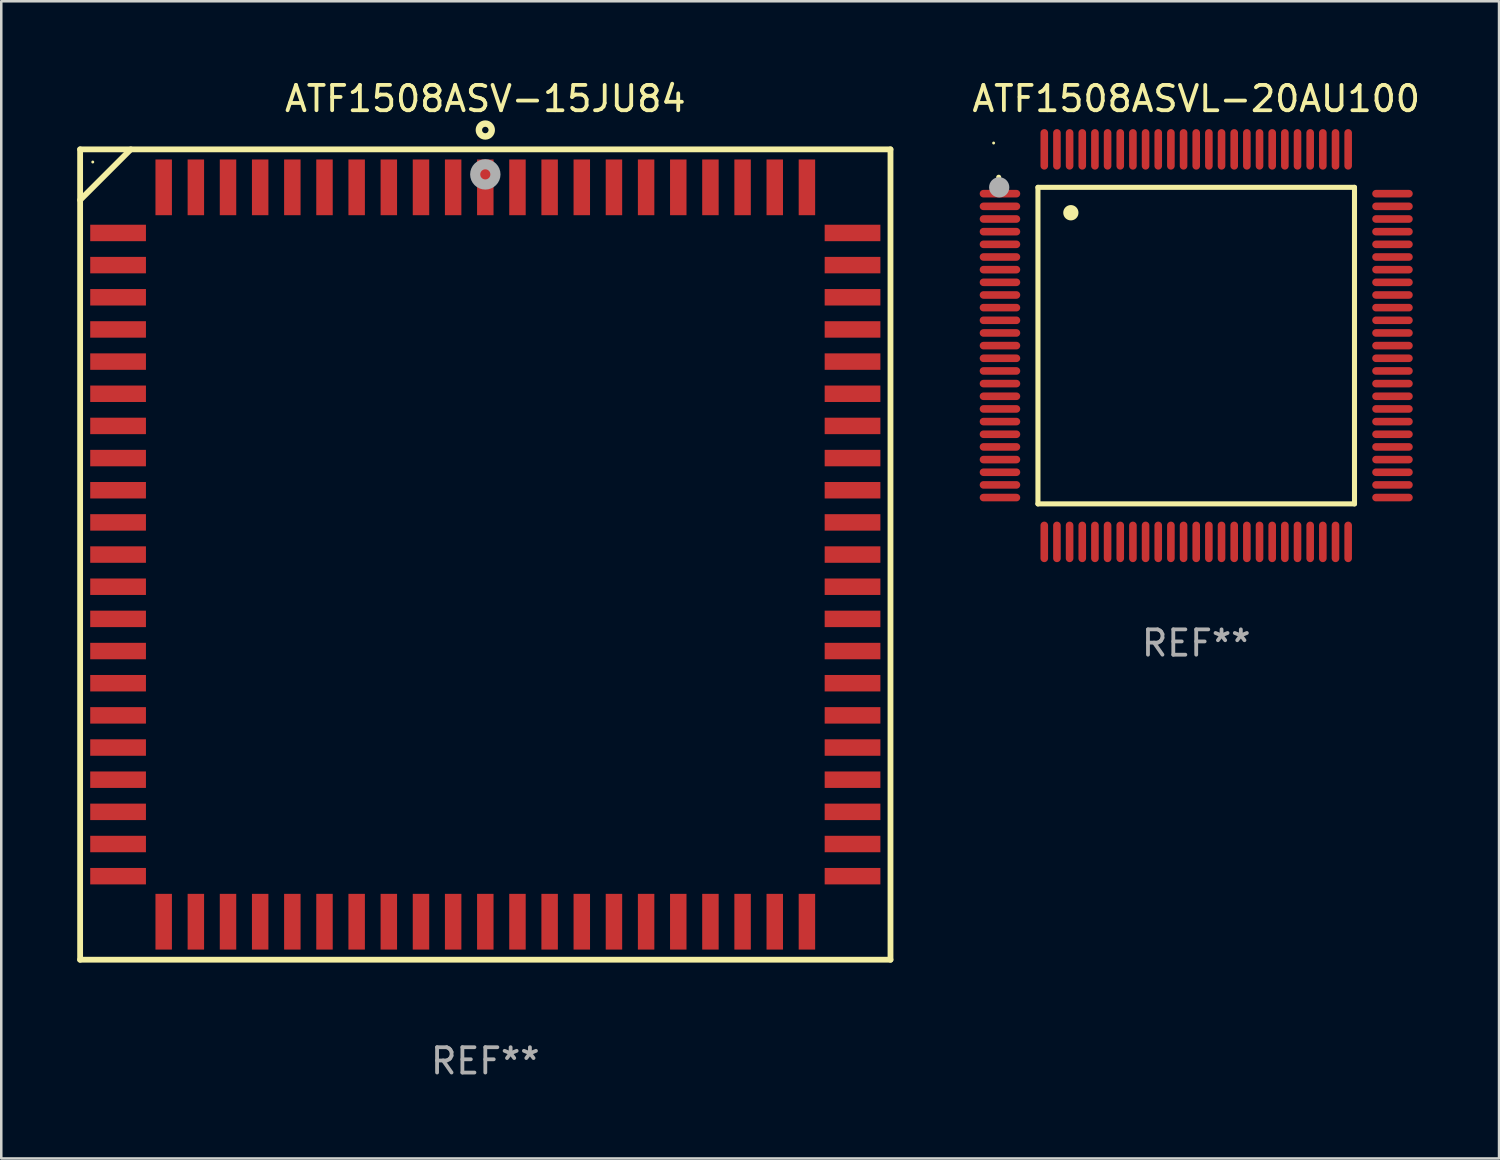
<source format=kicad_pcb>
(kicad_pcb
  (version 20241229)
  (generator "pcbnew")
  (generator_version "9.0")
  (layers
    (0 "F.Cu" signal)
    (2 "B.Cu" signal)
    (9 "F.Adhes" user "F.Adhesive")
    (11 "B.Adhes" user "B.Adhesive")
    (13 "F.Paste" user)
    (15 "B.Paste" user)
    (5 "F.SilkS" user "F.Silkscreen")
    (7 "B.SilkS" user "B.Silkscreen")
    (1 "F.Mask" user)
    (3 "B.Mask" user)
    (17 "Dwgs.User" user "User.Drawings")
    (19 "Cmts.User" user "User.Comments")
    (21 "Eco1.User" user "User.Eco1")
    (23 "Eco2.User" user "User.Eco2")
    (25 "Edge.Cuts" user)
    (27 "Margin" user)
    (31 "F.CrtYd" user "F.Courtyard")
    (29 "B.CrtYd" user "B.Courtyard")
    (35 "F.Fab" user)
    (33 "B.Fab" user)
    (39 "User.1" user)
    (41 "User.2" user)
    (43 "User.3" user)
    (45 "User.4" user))
  (footprint "ATF1508ASV-15JU84"
    (layer "F.Cu")
    (at 16.114 18.848)
    (property "Reference" "ATF1508ASV-15JU84" (at 0 -18 0) (layer "F.SilkS") (effects (font (size 1 1) (thickness 0.15))))
    (attr through_hole)
    (fp_line (start -16 -16) (end -16 16) (stroke (width 0.229) (type solid)) (layer "F.SilkS"))
    (fp_line (start -16 16) (end 16 16) (stroke (width 0.229) (type solid)) (layer "F.SilkS"))
    (fp_line (start -14 -16) (end -16 -14) (stroke (width 0.229) (type solid)) (layer "F.SilkS"))
    (fp_line (start 16 -16) (end -16 -16) (stroke (width 0.229) (type solid)) (layer "F.SilkS"))
    (fp_line (start 16 16) (end 16 -16) (stroke (width 0.229) (type solid)) (layer "F.SilkS"))
    (fp_circle (center -15.501 -15.5) (end -15.471 -15.5) (stroke (width 0.06) (type solid)) (fill no) (layer "F.SilkS"))
    (fp_circle (center 0 -16.764) (end 0.254 -16.764) (stroke (width 0.254) (type solid)) (fill no) (layer "F.SilkS"))
    (fp_circle (center 0.000102 -15.012) (end 0.2 -15.012) (stroke (width 0.4) (type solid)) (fill no) (layer "F.Fab"))
    (fp_text user "REF**" (at 0 20 0) (layer "F.Fab") (effects (font (size 1 1) (thickness 0.15))))
    (pad "1" smd rect (at 0 -14.5 180) (size 0.65 2.2) (layers "F.Cu" "F.Mask" "F.Paste"))
    (pad "2" smd rect (at -1.27 -14.5 180) (size 0.65 2.2) (layers "F.Cu" "F.Mask" "F.Paste"))
    (pad "3" smd rect (at -2.54 -14.5 180) (size 0.65 2.2) (layers "F.Cu" "F.Mask" "F.Paste"))
    (pad "4" smd rect (at -3.81 -14.5 180) (size 0.65 2.2) (layers "F.Cu" "F.Mask" "F.Paste"))
    (pad "5" smd rect (at -5.08 -14.5 180) (size 0.65 2.2) (layers "F.Cu" "F.Mask" "F.Paste"))
    (pad "6" smd rect (at -6.35 -14.5 180) (size 0.65 2.2) (layers "F.Cu" "F.Mask" "F.Paste"))
    (pad "7" smd rect (at -7.62 -14.5 180) (size 0.65 2.2) (layers "F.Cu" "F.Mask" "F.Paste"))
    (pad "8" smd rect (at -8.89 -14.5 180) (size 0.65 2.2) (layers "F.Cu" "F.Mask" "F.Paste"))
    (pad "9" smd rect (at -10.16 -14.5 180) (size 0.65 2.2) (layers "F.Cu" "F.Mask" "F.Paste"))
    (pad "10" smd rect (at -11.43 -14.5 180) (size 0.65 2.2) (layers "F.Cu" "F.Mask" "F.Paste"))
    (pad "11" smd rect (at -12.7 -14.5 180) (size 0.65 2.2) (layers "F.Cu" "F.Mask" "F.Paste"))
    (pad "12" smd rect (at -14.501 -12.699 180) (size 2.2 0.65) (layers "F.Cu" "F.Mask" "F.Paste"))
    (pad "13" smd rect (at -14.501 -11.429 180) (size 2.2 0.65) (layers "F.Cu" "F.Mask" "F.Paste"))
    (pad "14" smd rect (at -14.501 -10.159 180) (size 2.2 0.65) (layers "F.Cu" "F.Mask" "F.Paste"))
    (pad "15" smd rect (at -14.501 -8.889 180) (size 2.2 0.65) (layers "F.Cu" "F.Mask" "F.Paste"))
    (pad "16" smd rect (at -14.501 -7.619 180) (size 2.2 0.65) (layers "F.Cu" "F.Mask" "F.Paste"))
    (pad "17" smd rect (at -14.501 -6.349 180) (size 2.2 0.65) (layers "F.Cu" "F.Mask" "F.Paste"))
    (pad "18" smd rect (at -14.501 -5.079 180) (size 2.2 0.65) (layers "F.Cu" "F.Mask" "F.Paste"))
    (pad "19" smd rect (at -14.501 -3.809 180) (size 2.2 0.65) (layers "F.Cu" "F.Mask" "F.Paste"))
    (pad "20" smd rect (at -14.501 -2.539 180) (size 2.2 0.65) (layers "F.Cu" "F.Mask" "F.Paste"))
    (pad "21" smd rect (at -14.501 -1.269 180) (size 2.2 0.65) (layers "F.Cu" "F.Mask" "F.Paste"))
    (pad "22" smd rect (at -14.501 0.001 180) (size 2.2 0.65) (layers "F.Cu" "F.Mask" "F.Paste"))
    (pad "23" smd rect (at -14.501 1.271 180) (size 2.2 0.65) (layers "F.Cu" "F.Mask" "F.Paste"))
    (pad "24" smd rect (at -14.501 2.541 180) (size 2.2 0.65) (layers "F.Cu" "F.Mask" "F.Paste"))
    (pad "25" smd rect (at -14.501 3.811 180) (size 2.2 0.65) (layers "F.Cu" "F.Mask" "F.Paste"))
    (pad "26" smd rect (at -14.501 5.081 180) (size 2.2 0.65) (layers "F.Cu" "F.Mask" "F.Paste"))
    (pad "27" smd rect (at -14.501 6.351 180) (size 2.2 0.65) (layers "F.Cu" "F.Mask" "F.Paste"))
    (pad "28" smd rect (at -14.501 7.621 180) (size 2.2 0.65) (layers "F.Cu" "F.Mask" "F.Paste"))
    (pad "29" smd rect (at -14.501 8.891 180) (size 2.2 0.65) (layers "F.Cu" "F.Mask" "F.Paste"))
    (pad "30" smd rect (at -14.501 10.161 180) (size 2.2 0.65) (layers "F.Cu" "F.Mask" "F.Paste"))
    (pad "31" smd rect (at -14.501 11.431 180) (size 2.2 0.65) (layers "F.Cu" "F.Mask" "F.Paste"))
    (pad "32" smd rect (at -14.501 12.701 180) (size 2.2 0.65) (layers "F.Cu" "F.Mask" "F.Paste"))
    (pad "33" smd rect (at -12.7 14.499 180) (size 0.65 2.2) (layers "F.Cu" "F.Mask" "F.Paste"))
    (pad "34" smd rect (at -11.43 14.499 180) (size 0.65 2.2) (layers "F.Cu" "F.Mask" "F.Paste"))
    (pad "35" smd rect (at -10.16 14.499 180) (size 0.65 2.2) (layers "F.Cu" "F.Mask" "F.Paste"))
    (pad "36" smd rect (at -8.89 14.499 180) (size 0.65 2.2) (layers "F.Cu" "F.Mask" "F.Paste"))
    (pad "37" smd rect (at -7.62 14.499 180) (size 0.65 2.2) (layers "F.Cu" "F.Mask" "F.Paste"))
    (pad "38" smd rect (at -6.35 14.499 180) (size 0.65 2.2) (layers "F.Cu" "F.Mask" "F.Paste"))
    (pad "39" smd rect (at -5.08 14.499 180) (size 0.65 2.2) (layers "F.Cu" "F.Mask" "F.Paste"))
    (pad "40" smd rect (at -3.81 14.499 180) (size 0.65 2.2) (layers "F.Cu" "F.Mask" "F.Paste"))
    (pad "41" smd rect (at -2.54 14.499 180) (size 0.65 2.2) (layers "F.Cu" "F.Mask" "F.Paste"))
    (pad "42" smd rect (at -1.27 14.499 180) (size 0.65 2.2) (layers "F.Cu" "F.Mask" "F.Paste"))
    (pad "43" smd rect (at 0 14.499 180) (size 0.65 2.2) (layers "F.Cu" "F.Mask" "F.Paste"))
    (pad "44" smd rect (at 1.27 14.499 180) (size 0.65 2.2) (layers "F.Cu" "F.Mask" "F.Paste"))
    (pad "45" smd rect (at 2.54 14.499 180) (size 0.65 2.2) (layers "F.Cu" "F.Mask" "F.Paste"))
    (pad "46" smd rect (at 3.81 14.499 180) (size 0.65 2.2) (layers "F.Cu" "F.Mask" "F.Paste"))
    (pad "47" smd rect (at 5.08 14.499 180) (size 0.65 2.2) (layers "F.Cu" "F.Mask" "F.Paste"))
    (pad "48" smd rect (at 6.35 14.499 180) (size 0.65 2.2) (layers "F.Cu" "F.Mask" "F.Paste"))
    (pad "49" smd rect (at 7.62 14.499 180) (size 0.65 2.2) (layers "F.Cu" "F.Mask" "F.Paste"))
    (pad "50" smd rect (at 8.89 14.499 180) (size 0.65 2.2) (layers "F.Cu" "F.Mask" "F.Paste"))
    (pad "51" smd rect (at 10.16 14.499 180) (size 0.65 2.2) (layers "F.Cu" "F.Mask" "F.Paste"))
    (pad "52" smd rect (at 11.43 14.499 180) (size 0.65 2.2) (layers "F.Cu" "F.Mask" "F.Paste"))
    (pad "53" smd rect (at 12.7 14.499 180) (size 0.65 2.2) (layers "F.Cu" "F.Mask" "F.Paste"))
    (pad "54" smd rect (at 14.501 12.701 180) (size 2.2 0.65) (layers "F.Cu" "F.Mask" "F.Paste"))
    (pad "55" smd rect (at 14.501 11.431 180) (size 2.2 0.65) (layers "F.Cu" "F.Mask" "F.Paste"))
    (pad "56" smd rect (at 14.501 10.161 180) (size 2.2 0.65) (layers "F.Cu" "F.Mask" "F.Paste"))
    (pad "57" smd rect (at 14.501 8.891 180) (size 2.2 0.65) (layers "F.Cu" "F.Mask" "F.Paste"))
    (pad "58" smd rect (at 14.501 7.621 180) (size 2.2 0.65) (layers "F.Cu" "F.Mask" "F.Paste"))
    (pad "59" smd rect (at 14.501 6.351 180) (size 2.2 0.65) (layers "F.Cu" "F.Mask" "F.Paste"))
    (pad "60" smd rect (at 14.501 5.081 180) (size 2.2 0.65) (layers "F.Cu" "F.Mask" "F.Paste"))
    (pad "61" smd rect (at 14.501 3.811 180) (size 2.2 0.65) (layers "F.Cu" "F.Mask" "F.Paste"))
    (pad "62" smd rect (at 14.501 2.541 180) (size 2.2 0.65) (layers "F.Cu" "F.Mask" "F.Paste"))
    (pad "63" smd rect (at 14.501 1.271 180) (size 2.2 0.65) (layers "F.Cu" "F.Mask" "F.Paste"))
    (pad "64" smd rect (at 14.501 0.001 180) (size 2.2 0.65) (layers "F.Cu" "F.Mask" "F.Paste"))
    (pad "65" smd rect (at 14.501 -1.269 180) (size 2.2 0.65) (layers "F.Cu" "F.Mask" "F.Paste"))
    (pad "66" smd rect (at 14.501 -2.539 180) (size 2.2 0.65) (layers "F.Cu" "F.Mask" "F.Paste"))
    (pad "67" smd rect (at 14.501 -3.809 180) (size 2.2 0.65) (layers "F.Cu" "F.Mask" "F.Paste"))
    (pad "68" smd rect (at 14.501 -5.079 180) (size 2.2 0.65) (layers "F.Cu" "F.Mask" "F.Paste"))
    (pad "69" smd rect (at 14.501 -6.349 180) (size 2.2 0.65) (layers "F.Cu" "F.Mask" "F.Paste"))
    (pad "70" smd rect (at 14.501 -7.619 180) (size 2.2 0.65) (layers "F.Cu" "F.Mask" "F.Paste"))
    (pad "71" smd rect (at 14.501 -8.889 180) (size 2.2 0.65) (layers "F.Cu" "F.Mask" "F.Paste"))
    (pad "72" smd rect (at 14.501 -10.159 180) (size 2.2 0.65) (layers "F.Cu" "F.Mask" "F.Paste"))
    (pad "73" smd rect (at 14.501 -11.429 180) (size 2.2 0.65) (layers "F.Cu" "F.Mask" "F.Paste"))
    (pad "74" smd rect (at 14.501 -12.699 180) (size 2.2 0.65) (layers "F.Cu" "F.Mask" "F.Paste"))
    (pad "75" smd rect (at 12.7 -14.5 180) (size 0.65 2.2) (layers "F.Cu" "F.Mask" "F.Paste"))
    (pad "76" smd rect (at 11.43 -14.5 180) (size 0.65 2.2) (layers "F.Cu" "F.Mask" "F.Paste"))
    (pad "77" smd rect (at 10.16 -14.5 180) (size 0.65 2.2) (layers "F.Cu" "F.Mask" "F.Paste"))
    (pad "78" smd rect (at 8.89 -14.5 180) (size 0.65 2.2) (layers "F.Cu" "F.Mask" "F.Paste"))
    (pad "79" smd rect (at 7.62 -14.5 180) (size 0.65 2.2) (layers "F.Cu" "F.Mask" "F.Paste"))
    (pad "80" smd rect (at 6.35 -14.5 180) (size 0.65 2.2) (layers "F.Cu" "F.Mask" "F.Paste"))
    (pad "81" smd rect (at 5.08 -14.5 180) (size 0.65 2.2) (layers "F.Cu" "F.Mask" "F.Paste"))
    (pad "82" smd rect (at 3.81 -14.5 180) (size 0.65 2.2) (layers "F.Cu" "F.Mask" "F.Paste"))
    (pad "83" smd rect (at 2.54 -14.5 180) (size 0.65 2.2) (layers "F.Cu" "F.Mask" "F.Paste"))
    (pad "84" smd rect (at 1.27 -14.5 180) (size 0.65 2.2) (layers "F.Cu" "F.Mask" "F.Paste")))
  (footprint "ATF1508ASVL-20AU100"
    (layer "F.Cu")
    (at 44.187 10.598)
    (property "Reference" "ATF1508ASVL-20AU100" (at 0 -9.75 0) (layer "F.SilkS") (effects (font (size 1 1) (thickness 0.15))))
    (attr through_hole)
    (fp_line (start -6.25 -6.25) (end -6.25 6.25) (stroke (width 0.2) (type solid)) (layer "F.SilkS"))
    (fp_line (start -6.25 6.25) (end 6.25 6.25) (stroke (width 0.2) (type solid)) (layer "F.SilkS"))
    (fp_line (start 6.25 -6.25) (end -6.25 -6.25) (stroke (width 0.2) (type solid)) (layer "F.SilkS"))
    (fp_line (start 6.25 6.25) (end 6.25 -6.25) (stroke (width 0.2) (type solid)) (layer "F.SilkS"))
    (fp_arc (start -7.799568 -6.647625) (mid -7.799571 -6.648463) (end -7.799568 -6.649301) (stroke (width 0.2) (type solid)) (layer "F.SilkS"))
    (fp_arc (start -4.95047 -5.245111) (mid -4.950481 -5.247651) (end -4.95047 -5.250191) (stroke (width 0.6) (type solid)) (layer "F.SilkS"))
    (fp_circle (center -8 -8) (end -7.97 -8) (stroke (width 0.06) (type solid)) (fill no) (layer "F.SilkS"))
    (fp_circle (center -7.78 -6.25) (end -7.58 -6.25) (stroke (width 0.4) (type solid)) (fill no) (layer "F.Fab"))
    (fp_text user "REF**" (at 0 11.75 0) (layer "F.Fab") (effects (font (size 1 1) (thickness 0.15))))
    (pad "1" smd oval (at -7.75 -6 90) (size 0.3 1.6) (layers "F.Cu" "F.Mask" "F.Paste"))
    (pad "2" smd oval (at -7.75 -5.5 90) (size 0.3 1.6) (layers "F.Cu" "F.Mask" "F.Paste"))
    (pad "3" smd oval (at -7.75 -5 90) (size 0.3 1.6) (layers "F.Cu" "F.Mask" "F.Paste"))
    (pad "4" smd oval (at -7.75 -4.5 90) (size 0.3 1.6) (layers "F.Cu" "F.Mask" "F.Paste"))
    (pad "5" smd oval (at -7.75 -4 90) (size 0.3 1.6) (layers "F.Cu" "F.Mask" "F.Paste"))
    (pad "6" smd oval (at -7.75 -3.5 90) (size 0.3 1.6) (layers "F.Cu" "F.Mask" "F.Paste"))
    (pad "7" smd oval (at -7.75 -3 90) (size 0.3 1.6) (layers "F.Cu" "F.Mask" "F.Paste"))
    (pad "8" smd oval (at -7.75 -2.5 90) (size 0.3 1.6) (layers "F.Cu" "F.Mask" "F.Paste"))
    (pad "9" smd oval (at -7.75 -2 90) (size 0.3 1.6) (layers "F.Cu" "F.Mask" "F.Paste"))
    (pad "10" smd oval (at -7.75 -1.5 90) (size 0.3 1.6) (layers "F.Cu" "F.Mask" "F.Paste"))
    (pad "11" smd oval (at -7.75 -1 90) (size 0.3 1.6) (layers "F.Cu" "F.Mask" "F.Paste"))
    (pad "12" smd oval (at -7.75 -0.5 90) (size 0.3 1.6) (layers "F.Cu" "F.Mask" "F.Paste"))
    (pad "13" smd oval (at -7.75 0 90) (size 0.3 1.6) (layers "F.Cu" "F.Mask" "F.Paste"))
    (pad "14" smd oval (at -7.75 0.5 90) (size 0.3 1.6) (layers "F.Cu" "F.Mask" "F.Paste"))
    (pad "15" smd oval (at -7.75 1 90) (size 0.3 1.6) (layers "F.Cu" "F.Mask" "F.Paste"))
    (pad "16" smd oval (at -7.75 1.5 90) (size 0.3 1.6) (layers "F.Cu" "F.Mask" "F.Paste"))
    (pad "17" smd oval (at -7.75 2 90) (size 0.3 1.6) (layers "F.Cu" "F.Mask" "F.Paste"))
    (pad "18" smd oval (at -7.75 2.5 90) (size 0.3 1.6) (layers "F.Cu" "F.Mask" "F.Paste"))
    (pad "19" smd oval (at -7.75 3 90) (size 0.3 1.6) (layers "F.Cu" "F.Mask" "F.Paste"))
    (pad "20" smd oval (at -7.75 3.5 90) (size 0.3 1.6) (layers "F.Cu" "F.Mask" "F.Paste"))
    (pad "21" smd oval (at -7.75 4 90) (size 0.3 1.6) (layers "F.Cu" "F.Mask" "F.Paste"))
    (pad "22" smd oval (at -7.75 4.5 90) (size 0.3 1.6) (layers "F.Cu" "F.Mask" "F.Paste"))
    (pad "23" smd oval (at -7.75 5 90) (size 0.3 1.6) (layers "F.Cu" "F.Mask" "F.Paste"))
    (pad "24" smd oval (at -7.75 5.5 90) (size 0.3 1.6) (layers "F.Cu" "F.Mask" "F.Paste"))
    (pad "25" smd oval (at -7.75 6 90) (size 0.3 1.6) (layers "F.Cu" "F.Mask" "F.Paste"))
    (pad "26" smd oval (at -6 7.75) (size 0.3 1.6) (layers "F.Cu" "F.Mask" "F.Paste"))
    (pad "27" smd oval (at -5.5 7.75) (size 0.3 1.6) (layers "F.Cu" "F.Mask" "F.Paste"))
    (pad "28" smd oval (at -5 7.75) (size 0.3 1.6) (layers "F.Cu" "F.Mask" "F.Paste"))
    (pad "29" smd oval (at -4.5 7.75) (size 0.3 1.6) (layers "F.Cu" "F.Mask" "F.Paste"))
    (pad "30" smd oval (at -4 7.75) (size 0.3 1.6) (layers "F.Cu" "F.Mask" "F.Paste"))
    (pad "31" smd oval (at -3.5 7.75) (size 0.3 1.6) (layers "F.Cu" "F.Mask" "F.Paste"))
    (pad "32" smd oval (at -3 7.75) (size 0.3 1.6) (layers "F.Cu" "F.Mask" "F.Paste"))
    (pad "33" smd oval (at -2.5 7.75) (size 0.3 1.6) (layers "F.Cu" "F.Mask" "F.Paste"))
    (pad "34" smd oval (at -2 7.75) (size 0.3 1.6) (layers "F.Cu" "F.Mask" "F.Paste"))
    (pad "35" smd oval (at -1.5 7.75) (size 0.3 1.6) (layers "F.Cu" "F.Mask" "F.Paste"))
    (pad "36" smd oval (at -1 7.75) (size 0.3 1.6) (layers "F.Cu" "F.Mask" "F.Paste"))
    (pad "37" smd oval (at -0.5 7.75) (size 0.3 1.6) (layers "F.Cu" "F.Mask" "F.Paste"))
    (pad "38" smd oval (at 0 7.75) (size 0.3 1.6) (layers "F.Cu" "F.Mask" "F.Paste"))
    (pad "39" smd oval (at 0.5 7.75) (size 0.3 1.6) (layers "F.Cu" "F.Mask" "F.Paste"))
    (pad "40" smd oval (at 1 7.75) (size 0.3 1.6) (layers "F.Cu" "F.Mask" "F.Paste"))
    (pad "41" smd oval (at 1.5 7.75) (size 0.3 1.6) (layers "F.Cu" "F.Mask" "F.Paste"))
    (pad "42" smd oval (at 2 7.75) (size 0.3 1.6) (layers "F.Cu" "F.Mask" "F.Paste"))
    (pad "43" smd oval (at 2.5 7.75) (size 0.3 1.6) (layers "F.Cu" "F.Mask" "F.Paste"))
    (pad "44" smd oval (at 3 7.75) (size 0.3 1.6) (layers "F.Cu" "F.Mask" "F.Paste"))
    (pad "45" smd oval (at 3.5 7.75) (size 0.3 1.6) (layers "F.Cu" "F.Mask" "F.Paste"))
    (pad "46" smd oval (at 4 7.75) (size 0.3 1.6) (layers "F.Cu" "F.Mask" "F.Paste"))
    (pad "47" smd oval (at 4.5 7.75) (size 0.3 1.6) (layers "F.Cu" "F.Mask" "F.Paste"))
    (pad "48" smd oval (at 5 7.75) (size 0.3 1.6) (layers "F.Cu" "F.Mask" "F.Paste"))
    (pad "49" smd oval (at 5.5 7.75) (size 0.3 1.6) (layers "F.Cu" "F.Mask" "F.Paste"))
    (pad "50" smd oval (at 6 7.75) (size 0.3 1.6) (layers "F.Cu" "F.Mask" "F.Paste"))
    (pad "51" smd oval (at 7.75 6 90) (size 0.3 1.6) (layers "F.Cu" "F.Mask" "F.Paste"))
    (pad "52" smd oval (at 7.75 5.5 90) (size 0.3 1.6) (layers "F.Cu" "F.Mask" "F.Paste"))
    (pad "53" smd oval (at 7.75 5 90) (size 0.3 1.6) (layers "F.Cu" "F.Mask" "F.Paste"))
    (pad "54" smd oval (at 7.75 4.5 90) (size 0.3 1.6) (layers "F.Cu" "F.Mask" "F.Paste"))
    (pad "55" smd oval (at 7.75 4 90) (size 0.3 1.6) (layers "F.Cu" "F.Mask" "F.Paste"))
    (pad "56" smd oval (at 7.75 3.5 90) (size 0.3 1.6) (layers "F.Cu" "F.Mask" "F.Paste"))
    (pad "57" smd oval (at 7.75 3 90) (size 0.3 1.6) (layers "F.Cu" "F.Mask" "F.Paste"))
    (pad "58" smd oval (at 7.75 2.5 90) (size 0.3 1.6) (layers "F.Cu" "F.Mask" "F.Paste"))
    (pad "59" smd oval (at 7.75 2 90) (size 0.3 1.6) (layers "F.Cu" "F.Mask" "F.Paste"))
    (pad "60" smd oval (at 7.75 1.5 90) (size 0.3 1.6) (layers "F.Cu" "F.Mask" "F.Paste"))
    (pad "61" smd oval (at 7.75 1 90) (size 0.3 1.6) (layers "F.Cu" "F.Mask" "F.Paste"))
    (pad "62" smd oval (at 7.75 0.5 90) (size 0.3 1.6) (layers "F.Cu" "F.Mask" "F.Paste"))
    (pad "63" smd oval (at 7.75 0 90) (size 0.3 1.6) (layers "F.Cu" "F.Mask" "F.Paste"))
    (pad "64" smd oval (at 7.75 -0.5 90) (size 0.3 1.6) (layers "F.Cu" "F.Mask" "F.Paste"))
    (pad "65" smd oval (at 7.75 -1 90) (size 0.3 1.6) (layers "F.Cu" "F.Mask" "F.Paste"))
    (pad "66" smd oval (at 7.75 -1.5 90) (size 0.3 1.6) (layers "F.Cu" "F.Mask" "F.Paste"))
    (pad "67" smd oval (at 7.75 -2 90) (size 0.3 1.6) (layers "F.Cu" "F.Mask" "F.Paste"))
    (pad "68" smd oval (at 7.75 -2.5 90) (size 0.3 1.6) (layers "F.Cu" "F.Mask" "F.Paste"))
    (pad "69" smd oval (at 7.75 -3 90) (size 0.3 1.6) (layers "F.Cu" "F.Mask" "F.Paste"))
    (pad "70" smd oval (at 7.75 -3.5 90) (size 0.3 1.6) (layers "F.Cu" "F.Mask" "F.Paste"))
    (pad "71" smd oval (at 7.75 -4 90) (size 0.3 1.6) (layers "F.Cu" "F.Mask" "F.Paste"))
    (pad "72" smd oval (at 7.75 -4.5 90) (size 0.3 1.6) (layers "F.Cu" "F.Mask" "F.Paste"))
    (pad "73" smd oval (at 7.75 -5 90) (size 0.3 1.6) (layers "F.Cu" "F.Mask" "F.Paste"))
    (pad "74" smd oval (at 7.75 -5.5 90) (size 0.3 1.6) (layers "F.Cu" "F.Mask" "F.Paste"))
    (pad "75" smd oval (at 7.75 -6 90) (size 0.3 1.6) (layers "F.Cu" "F.Mask" "F.Paste"))
    (pad "76" smd oval (at 6 -7.75) (size 0.3 1.6) (layers "F.Cu" "F.Mask" "F.Paste"))
    (pad "77" smd oval (at 5.5 -7.75) (size 0.3 1.6) (layers "F.Cu" "F.Mask" "F.Paste"))
    (pad "78" smd oval (at 5 -7.75) (size 0.3 1.6) (layers "F.Cu" "F.Mask" "F.Paste"))
    (pad "79" smd oval (at 4.5 -7.75) (size 0.3 1.6) (layers "F.Cu" "F.Mask" "F.Paste"))
    (pad "80" smd oval (at 4 -7.75) (size 0.3 1.6) (layers "F.Cu" "F.Mask" "F.Paste"))
    (pad "81" smd oval (at 3.5 -7.75) (size 0.3 1.6) (layers "F.Cu" "F.Mask" "F.Paste"))
    (pad "82" smd oval (at 3 -7.75) (size 0.3 1.6) (layers "F.Cu" "F.Mask" "F.Paste"))
    (pad "83" smd oval (at 2.5 -7.75) (size 0.3 1.6) (layers "F.Cu" "F.Mask" "F.Paste"))
    (pad "84" smd oval (at 2 -7.75) (size 0.3 1.6) (layers "F.Cu" "F.Mask" "F.Paste"))
    (pad "85" smd oval (at 1.5 -7.75) (size 0.3 1.6) (layers "F.Cu" "F.Mask" "F.Paste"))
    (pad "86" smd oval (at 1 -7.75) (size 0.3 1.6) (layers "F.Cu" "F.Mask" "F.Paste"))
    (pad "87" smd oval (at 0.5 -7.75) (size 0.3 1.6) (layers "F.Cu" "F.Mask" "F.Paste"))
    (pad "88" smd oval (at 0 -7.75) (size 0.3 1.6) (layers "F.Cu" "F.Mask" "F.Paste"))
    (pad "89" smd oval (at -0.5 -7.75) (size 0.3 1.6) (layers "F.Cu" "F.Mask" "F.Paste"))
    (pad "90" smd oval (at -1 -7.75) (size 0.3 1.6) (layers "F.Cu" "F.Mask" "F.Paste"))
    (pad "91" smd oval (at -1.5 -7.75) (size 0.3 1.6) (layers "F.Cu" "F.Mask" "F.Paste"))
    (pad "92" smd oval (at -2 -7.75) (size 0.3 1.6) (layers "F.Cu" "F.Mask" "F.Paste"))
    (pad "93" smd oval (at -2.5 -7.75) (size 0.3 1.6) (layers "F.Cu" "F.Mask" "F.Paste"))
    (pad "94" smd oval (at -3 -7.75) (size 0.3 1.6) (layers "F.Cu" "F.Mask" "F.Paste"))
    (pad "95" smd oval (at -3.5 -7.75) (size 0.3 1.6) (layers "F.Cu" "F.Mask" "F.Paste"))
    (pad "96" smd oval (at -4 -7.75) (size 0.3 1.6) (layers "F.Cu" "F.Mask" "F.Paste"))
    (pad "97" smd oval (at -4.5 -7.75) (size 0.3 1.6) (layers "F.Cu" "F.Mask" "F.Paste"))
    (pad "98" smd oval (at -5 -7.75) (size 0.3 1.6) (layers "F.Cu" "F.Mask" "F.Paste"))
    (pad "99" smd oval (at -5.5 -7.75) (size 0.3 1.6) (layers "F.Cu" "F.Mask" "F.Paste"))
    (pad "100" smd oval (at -6 -7.75) (size 0.3 1.6) (layers "F.Cu" "F.Mask" "F.Paste")))
  (gr_rect
    (start -3 -3)
    (end 56.145 42.697)
    (stroke (width 0.1) (type default))
    (fill no)
    (layer "Edge.Cuts")))
</source>
